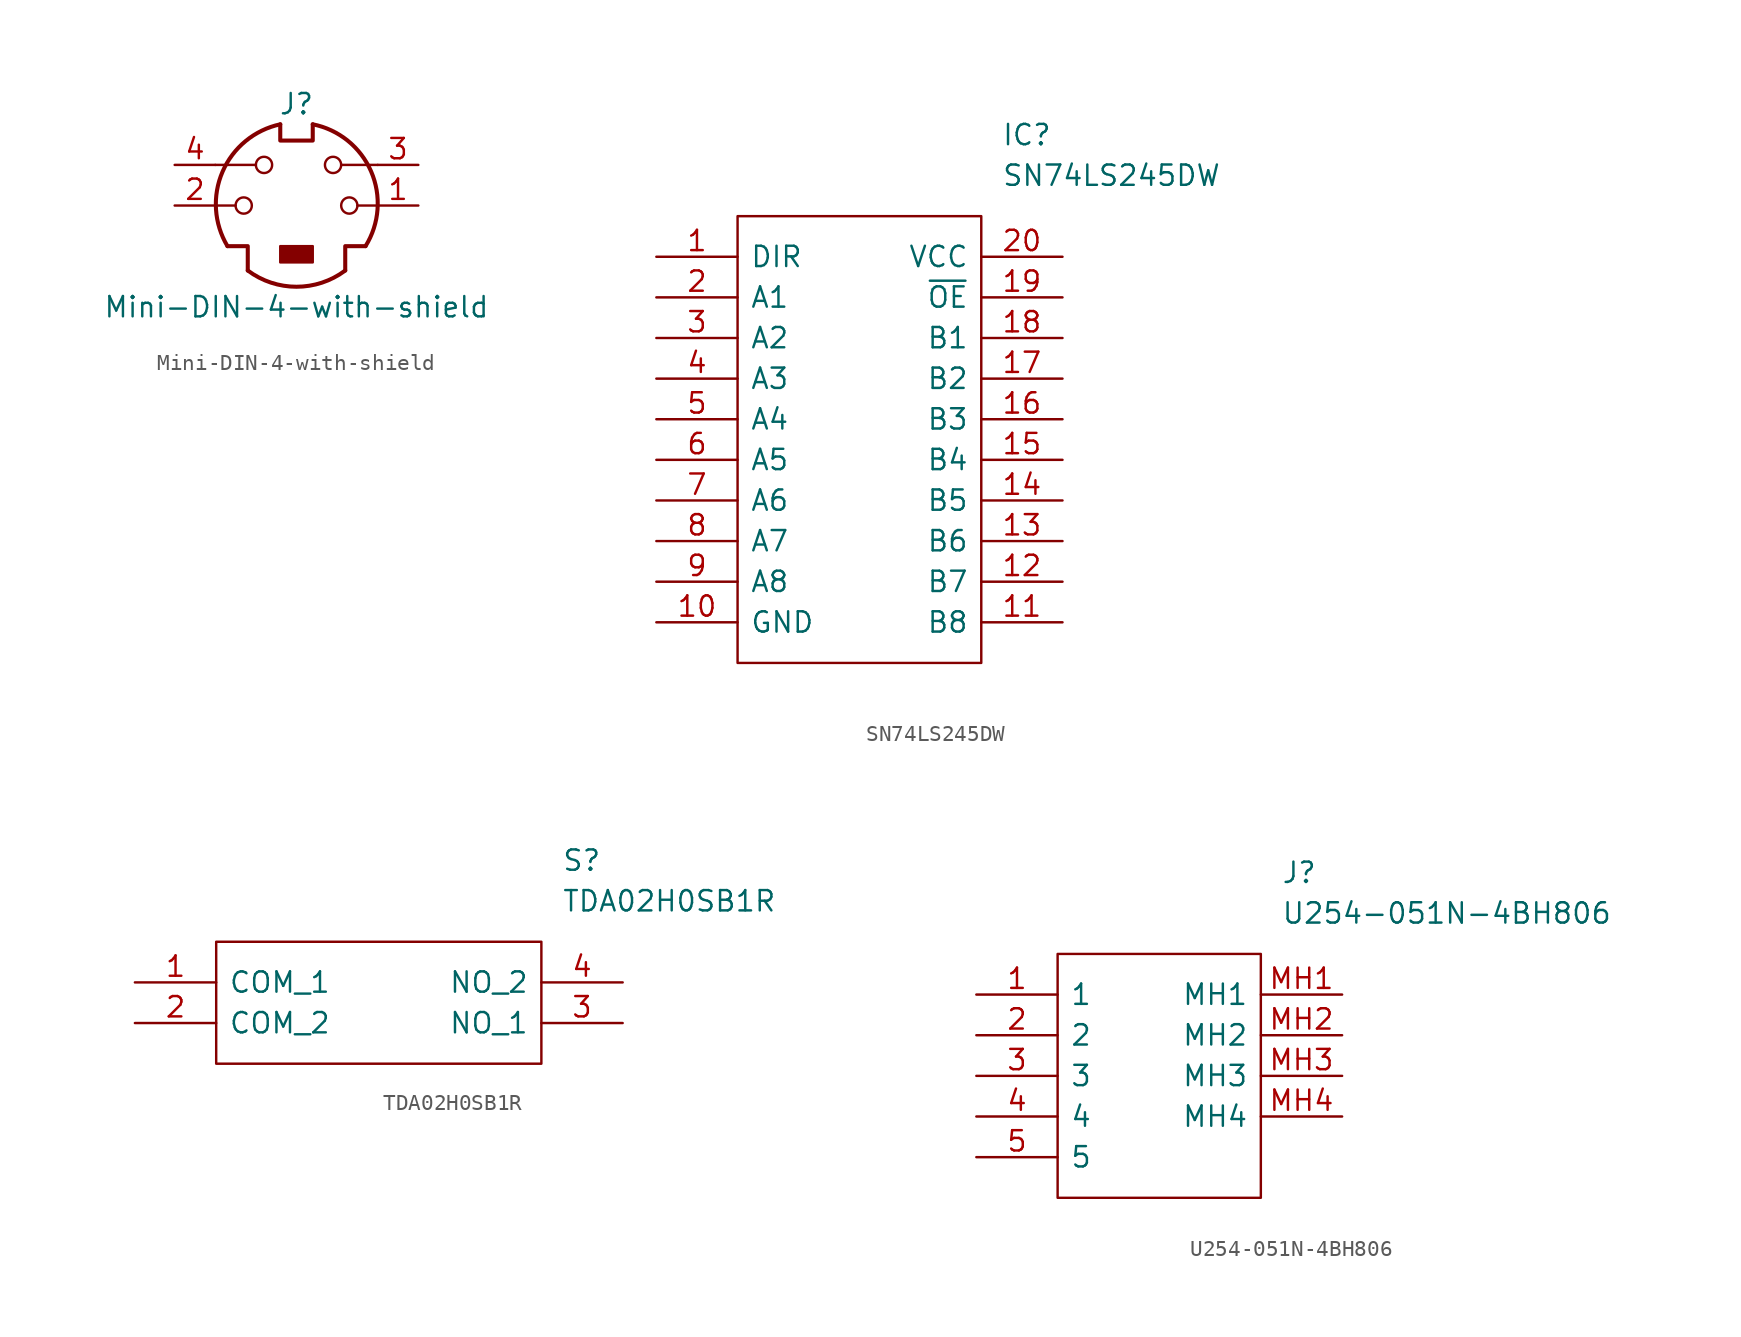
<source format=kicad_sym>
(kicad_symbol_lib
  (version 20231120)
  (generator "kicad_symbol_editor")
  (generator_version "8.0")
  (symbol "Mini-DIN-4-with-shield"
    (pin_names
      (offset 1.016))
    (property "Reference" "J"
      (at 0 6.35 0)
      (effects (font (size 1.27 1.27))))
    (property "Value" "Mini-DIN-4-with-shield"
      (at 0 -6.35 0)
      (effects (font (size 1.27 1.27))))
    (symbol "Mini-DIN-4-with-shield_0_1"
      (circle (center -3.302 0) (radius 0.508) (stroke (width 0) (type default)) (fill (type none)))
      (arc (start -3.048 -4.064) (mid 0 -5.08) (end 3.048 -4.064) (stroke (width 0.254) (type default)) (fill (type none)))
      (circle (center -2.032 2.54) (radius 0.508) (stroke (width 0) (type default)) (fill (type none)))
      (rectangle (start -1.016 -2.54) (end 1.016 -3.556) (stroke (width 0) (type default)) (fill (type outline)))
      (arc (start -1.016 5.08) (mid -4.6228 2.1214) (end -4.318 -2.54) (stroke (width 0.254) (type default)) (fill (type none)))
      (polyline (pts (xy -3.81 0) (xy -5.08 0)) (stroke (width 0) (type default)) (fill (type none)))
      (polyline (pts (xy -2.54 2.54) (xy -5.08 2.54)) (stroke (width 0) (type default)) (fill (type none)))
      (polyline (pts (xy 2.794 2.54) (xy 5.08 2.54)) (stroke (width 0) (type default)) (fill (type none)))
      (polyline (pts (xy 5.08 0) (xy 3.81 0)) (stroke (width 0) (type default)) (fill (type none)))
      (polyline (pts (xy -4.318 -2.54) (xy -3.048 -2.54) (xy -3.048 -4.064)) (stroke (width 0.254) (type default)) (fill (type none)))
      (polyline (pts (xy 4.318 -2.54) (xy 3.048 -2.54) (xy 3.048 -4.064)) (stroke (width 0.254) (type default)) (fill (type none)))
      (polyline (pts (xy -1.016 5.08) (xy -1.016 4.064) (xy 1.016 4.064) (xy 1.016 5.08)) (stroke (width 0.254) (type default)) (fill (type none)))
      (circle (center 2.286 2.54) (radius 0.508) (stroke (width 0) (type default)) (fill (type none)))
      (circle (center 3.302 0) (radius 0.508) (stroke (width 0) (type default)) (fill (type none)))
      (arc (start 4.318 -2.54) (mid 4.6661 2.1322) (end 1.016 5.08) (stroke (width 0.254) (type default)) (fill (type none))))
    (symbol "Mini-DIN-4-with-shield_1_1"
      (pin passive line (at 7.62 0 180) (length 2.54) (name "~" (effects (font (size 1.27 1.27)))) (number "1" (effects (font (size 1.27 1.27)))))
      (pin passive line (at -7.62 0 0) (length 2.54) (name "~" (effects (font (size 1.27 1.27)))) (number "2" (effects (font (size 1.27 1.27)))))
      (pin passive line (at 7.62 2.54 180) (length 2.54) (name "~" (effects (font (size 1.27 1.27)))) (number "3" (effects (font (size 1.27 1.27)))))
      (pin passive line (at -7.62 2.54 0) (length 2.54) (name "~" (effects (font (size 1.27 1.27)))) (number "4" (effects (font (size 1.27 1.27)))))))
  (symbol "SN74LS245DW"
    (pin_names
      (offset 0.762))
    (property "Reference" "IC"
      (at 21.59 7.62 0)
      (effects (font (size 1.27 1.27)) (justify left)))
    (property "Value" "SN74LS245DW"
      (at 21.59 5.08 0)
      (effects (font (size 1.27 1.27)) (justify left)))
    (symbol "SN74LS245DW_0_0"
      (pin passive line (at 0 0 0) (length 5.08) (name "DIR" (effects (font (size 1.27 1.27)))) (number "1" (effects (font (size 1.27 1.27)))))
      (pin passive line (at 0 -22.86 0) (length 5.08) (name "GND" (effects (font (size 1.27 1.27)))) (number "10" (effects (font (size 1.27 1.27)))))
      (pin passive line (at 25.4 -22.86 180) (length 5.08) (name "B8" (effects (font (size 1.27 1.27)))) (number "11" (effects (font (size 1.27 1.27)))))
      (pin passive line (at 25.4 -20.32 180) (length 5.08) (name "B7" (effects (font (size 1.27 1.27)))) (number "12" (effects (font (size 1.27 1.27)))))
      (pin passive line (at 25.4 -17.78 180) (length 5.08) (name "B6" (effects (font (size 1.27 1.27)))) (number "13" (effects (font (size 1.27 1.27)))))
      (pin passive line (at 25.4 -15.24 180) (length 5.08) (name "B5" (effects (font (size 1.27 1.27)))) (number "14" (effects (font (size 1.27 1.27)))))
      (pin passive line (at 25.4 -12.7 180) (length 5.08) (name "B4" (effects (font (size 1.27 1.27)))) (number "15" (effects (font (size 1.27 1.27)))))
      (pin passive line (at 25.4 -10.16 180) (length 5.08) (name "B3" (effects (font (size 1.27 1.27)))) (number "16" (effects (font (size 1.27 1.27)))))
      (pin passive line (at 25.4 -7.62 180) (length 5.08) (name "B2" (effects (font (size 1.27 1.27)))) (number "17" (effects (font (size 1.27 1.27)))))
      (pin passive line (at 25.4 -5.08 180) (length 5.08) (name "B1" (effects (font (size 1.27 1.27)))) (number "18" (effects (font (size 1.27 1.27)))))
      (pin passive line (at 25.4 -2.54 180) (length 5.08) (name "~{OE}" (effects (font (size 1.27 1.27)))) (number "19" (effects (font (size 1.27 1.27)))))
      (pin passive line (at 0 -2.54 0) (length 5.08) (name "A1" (effects (font (size 1.27 1.27)))) (number "2" (effects (font (size 1.27 1.27)))))
      (pin passive line (at 25.4 0 180) (length 5.08) (name "VCC" (effects (font (size 1.27 1.27)))) (number "20" (effects (font (size 1.27 1.27)))))
      (pin passive line (at 0 -5.08 0) (length 5.08) (name "A2" (effects (font (size 1.27 1.27)))) (number "3" (effects (font (size 1.27 1.27)))))
      (pin passive line (at 0 -7.62 0) (length 5.08) (name "A3" (effects (font (size 1.27 1.27)))) (number "4" (effects (font (size 1.27 1.27)))))
      (pin passive line (at 0 -10.16 0) (length 5.08) (name "A4" (effects (font (size 1.27 1.27)))) (number "5" (effects (font (size 1.27 1.27)))))
      (pin passive line (at 0 -12.7 0) (length 5.08) (name "A5" (effects (font (size 1.27 1.27)))) (number "6" (effects (font (size 1.27 1.27)))))
      (pin passive line (at 0 -15.24 0) (length 5.08) (name "A6" (effects (font (size 1.27 1.27)))) (number "7" (effects (font (size 1.27 1.27)))))
      (pin passive line (at 0 -17.78 0) (length 5.08) (name "A7" (effects (font (size 1.27 1.27)))) (number "8" (effects (font (size 1.27 1.27)))))
      (pin passive line (at 0 -20.32 0) (length 5.08) (name "A8" (effects (font (size 1.27 1.27)))) (number "9" (effects (font (size 1.27 1.27))))))
    (symbol "SN74LS245DW_0_1"
      (polyline (pts (xy 5.08 2.54) (xy 20.32 2.54) (xy 20.32 -25.4) (xy 5.08 -25.4) (xy 5.08 2.54)) (stroke (width 0.152) (type solid)) (fill (type none)))))
  (symbol "TDA02H0SB1R"
    (pin_names
      (offset 0.762))
    (property "Reference" "S"
      (at 26.67 7.62 0)
      (effects (font (size 1.27 1.27)) (justify left)))
    (property "Value" "TDA02H0SB1R"
      (at 26.67 5.08 0)
      (effects (font (size 1.27 1.27)) (justify left)))
    (symbol "TDA02H0SB1R_0_0"
      (pin passive line (at 0 0 0) (length 5.08) (name "COM_1" (effects (font (size 1.27 1.27)))) (number "1" (effects (font (size 1.27 1.27)))))
      (pin passive line (at 0 -2.54 0) (length 5.08) (name "COM_2" (effects (font (size 1.27 1.27)))) (number "2" (effects (font (size 1.27 1.27)))))
      (pin passive line (at 30.48 -2.54 180) (length 5.08) (name "NO_1" (effects (font (size 1.27 1.27)))) (number "3" (effects (font (size 1.27 1.27)))))
      (pin passive line (at 30.48 0 180) (length 5.08) (name "NO_2" (effects (font (size 1.27 1.27)))) (number "4" (effects (font (size 1.27 1.27))))))
    (symbol "TDA02H0SB1R_0_1"
      (polyline (pts (xy 5.08 2.54) (xy 25.4 2.54) (xy 25.4 -5.08) (xy 5.08 -5.08) (xy 5.08 2.54)) (stroke (width 0.152) (type solid)) (fill (type none)))))
  (symbol "U254-051N-4BH806"
    (pin_names
      (offset 0.762))
    (property "Reference" "J"
      (at 19.05 7.62 0)
      (effects (font (size 1.27 1.27)) (justify left)))
    (property "Value" "U254-051N-4BH806"
      (at 19.05 5.08 0)
      (effects (font (size 1.27 1.27)) (justify left)))
    (symbol "U254-051N-4BH806_0_0"
      (pin passive line (at 0 0 0) (length 5.08) (name "1" (effects (font (size 1.27 1.27)))) (number "1" (effects (font (size 1.27 1.27)))))
      (pin passive line (at 0 -2.54 0) (length 5.08) (name "2" (effects (font (size 1.27 1.27)))) (number "2" (effects (font (size 1.27 1.27)))))
      (pin passive line (at 0 -5.08 0) (length 5.08) (name "3" (effects (font (size 1.27 1.27)))) (number "3" (effects (font (size 1.27 1.27)))))
      (pin passive line (at 0 -7.62 0) (length 5.08) (name "4" (effects (font (size 1.27 1.27)))) (number "4" (effects (font (size 1.27 1.27)))))
      (pin passive line (at 0 -10.16 0) (length 5.08) (name "5" (effects (font (size 1.27 1.27)))) (number "5" (effects (font (size 1.27 1.27)))))
      (pin passive line (at 22.86 0 180) (length 5.08) (name "MH1" (effects (font (size 1.27 1.27)))) (number "MH1" (effects (font (size 1.27 1.27)))))
      (pin passive line (at 22.86 -2.54 180) (length 5.08) (name "MH2" (effects (font (size 1.27 1.27)))) (number "MH2" (effects (font (size 1.27 1.27)))))
      (pin passive line (at 22.86 -5.08 180) (length 5.08) (name "MH3" (effects (font (size 1.27 1.27)))) (number "MH3" (effects (font (size 1.27 1.27)))))
      (pin passive line (at 22.86 -7.62 180) (length 5.08) (name "MH4" (effects (font (size 1.27 1.27)))) (number "MH4" (effects (font (size 1.27 1.27))))))
    (symbol "U254-051N-4BH806_0_1"
      (polyline (pts (xy 5.08 2.54) (xy 17.78 2.54) (xy 17.78 -12.7) (xy 5.08 -12.7) (xy 5.08 2.54)) (stroke (width 0.152) (type solid)) (fill (type none))))))
</source>
